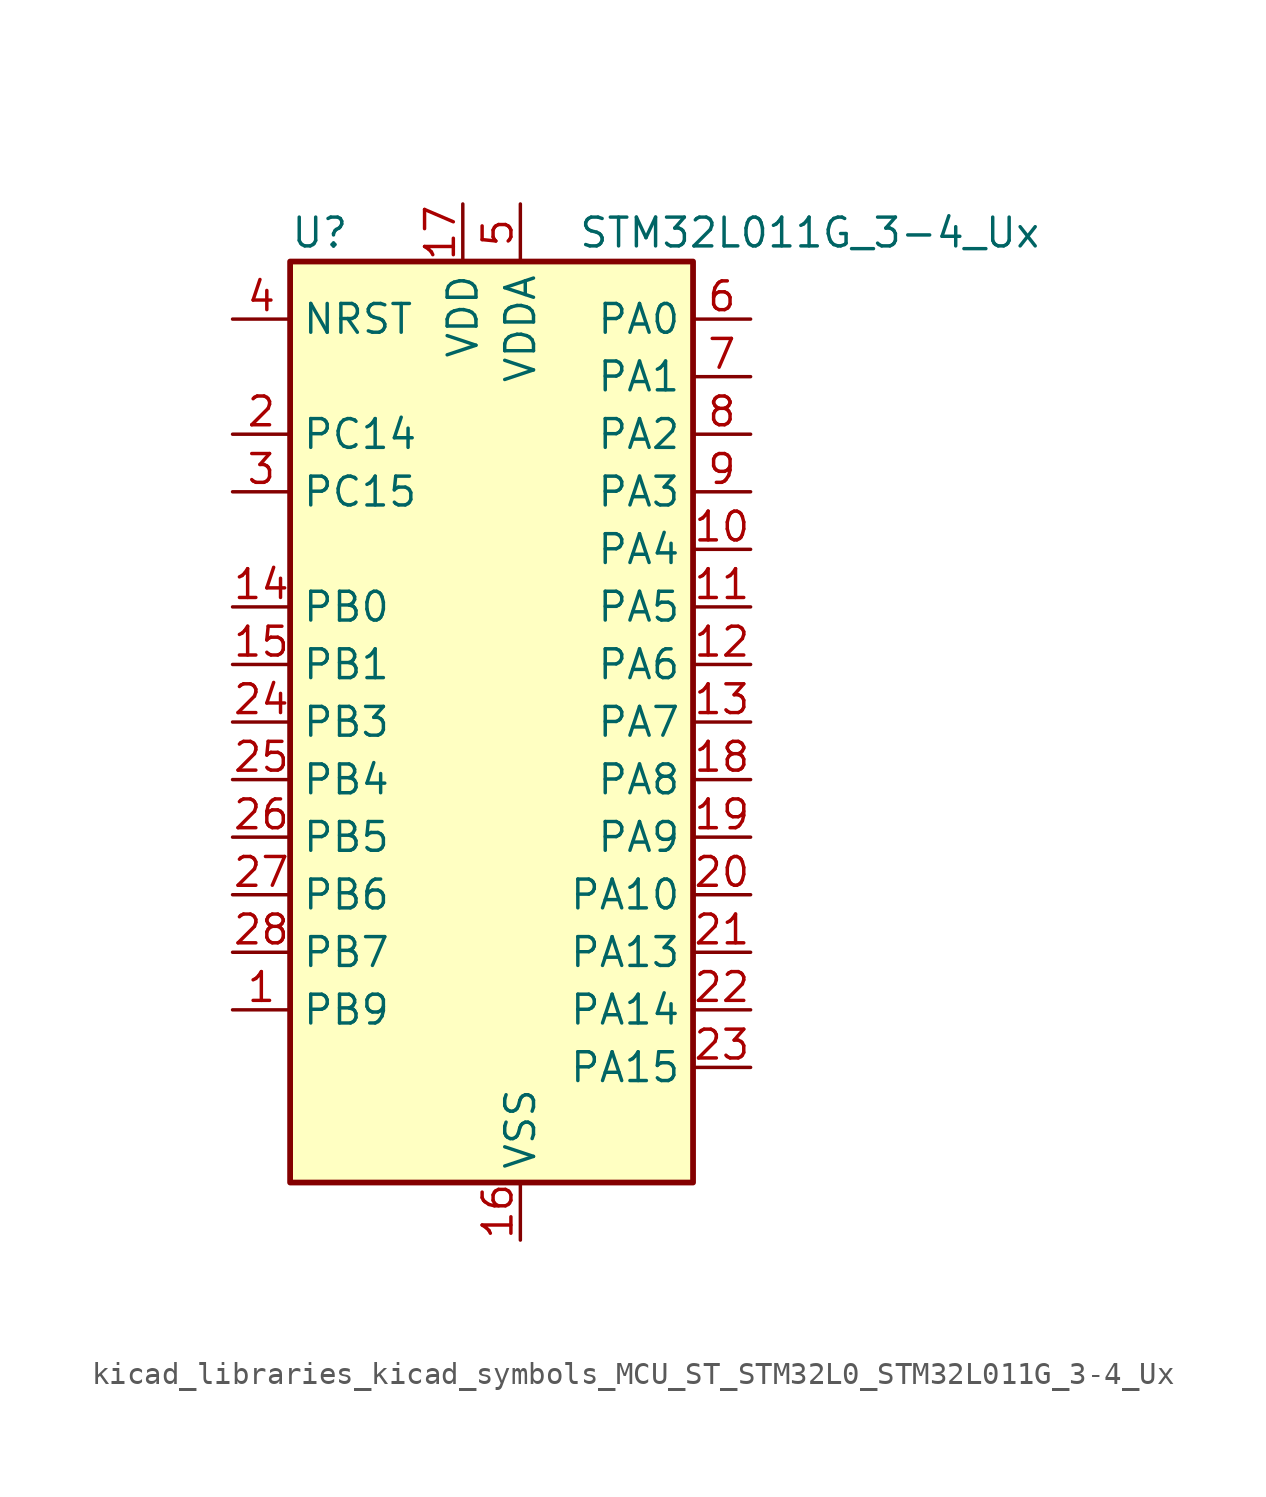
<source format=kicad_sym>
(kicad_symbol_lib
  (version 20220914)
  (generator kicad_symbol_editor)
  (symbol "kicad_libraries_kicad_symbols_MCU_ST_STM32L0_STM32L011G_3-4_Ux"
    (property "Reference" "U"
      (at -7.62 21.59 0)
      (effects (font (size 1.27 1.27)) (justify left)))
    (property "Value" "STM32L011G_3-4_Ux"
      (at 5.08 21.59 0)
      (effects (font (size 1.27 1.27)) (justify left)))
    (property "ki_locked" ""
      (at 0 0 0)
      (effects (font (size 1.27 1.27))))
    (symbol "kicad_libraries_kicad_symbols_MCU_ST_STM32L0_STM32L011G_3-4_Ux_0_1"
      (rectangle (start -7.62 -20.32) (end 10.16 20.32) (stroke (width 0.254) (type default)) (fill (type background))))
    (symbol "kicad_libraries_kicad_symbols_MCU_ST_STM32L0_STM32L011G_3-4_Ux_1_1"
      (pin bidirectional line (at -10.16 -12.7 0) (length 2.54) (name "PB9" (effects (font (size 1.27 1.27)))) (number "1" (effects (font (size 1.27 1.27)))))
      (pin bidirectional line (at 12.7 7.62 180) (length 2.54) (name "PA4" (effects (font (size 1.27 1.27)))) (number "10" (effects (font (size 1.27 1.27)))) (alternate "ADC_IN4" bidirectional line) (alternate "COMP1_INM" bidirectional line) (alternate "COMP2_INM" bidirectional line) (alternate "COMP2_OUT" bidirectional line) (alternate "I2C1_SCL" bidirectional line) (alternate "LPTIM1_ETR" bidirectional line) (alternate "LPTIM1_IN1" bidirectional line) (alternate "LPUART1_TX" bidirectional line) (alternate "SPI1_NSS" bidirectional line) (alternate "TIM2_ETR" bidirectional line) (alternate "USART2_CK" bidirectional line))
      (pin bidirectional line (at 12.7 5.08 180) (length 2.54) (name "PA5" (effects (font (size 1.27 1.27)))) (number "11" (effects (font (size 1.27 1.27)))) (alternate "ADC_IN5" bidirectional line) (alternate "COMP1_INM" bidirectional line) (alternate "COMP2_INM" bidirectional line) (alternate "LPTIM1_IN2" bidirectional line) (alternate "SPI1_SCK" bidirectional line) (alternate "TIM2_CH1" bidirectional line) (alternate "TIM2_ETR" bidirectional line))
      (pin bidirectional line (at 12.7 2.54 180) (length 2.54) (name "PA6" (effects (font (size 1.27 1.27)))) (number "12" (effects (font (size 1.27 1.27)))) (alternate "ADC_IN6" bidirectional line) (alternate "COMP1_OUT" bidirectional line) (alternate "LPTIM1_ETR" bidirectional line) (alternate "LPUART1_CTS" bidirectional line) (alternate "SPI1_MISO" bidirectional line))
      (pin bidirectional line (at 12.7 0 180) (length 2.54) (name "PA7" (effects (font (size 1.27 1.27)))) (number "13" (effects (font (size 1.27 1.27)))) (alternate "ADC_IN7" bidirectional line) (alternate "COMP2_INP" bidirectional line) (alternate "COMP2_OUT" bidirectional line) (alternate "LPTIM1_OUT" bidirectional line) (alternate "SPI1_MOSI" bidirectional line) (alternate "TIM21_ETR" bidirectional line) (alternate "USART2_CTS" bidirectional line))
      (pin bidirectional line (at -10.16 5.08 0) (length 2.54) (name "PB0" (effects (font (size 1.27 1.27)))) (number "14" (effects (font (size 1.27 1.27)))) (alternate "ADC_IN8" bidirectional line) (alternate "SPI1_MISO" bidirectional line) (alternate "SYS_VREF_OUT_PB0" bidirectional line) (alternate "TIM2_CH2" bidirectional line) (alternate "TIM2_CH3" bidirectional line) (alternate "USART2_DE" bidirectional line) (alternate "USART2_RTS" bidirectional line))
      (pin bidirectional line (at -10.16 2.54 0) (length 2.54) (name "PB1" (effects (font (size 1.27 1.27)))) (number "15" (effects (font (size 1.27 1.27)))) (alternate "ADC_IN9" bidirectional line) (alternate "LPTIM1_IN1" bidirectional line) (alternate "LPUART1_DE" bidirectional line) (alternate "LPUART1_RTS" bidirectional line) (alternate "SPI1_MOSI" bidirectional line) (alternate "SYS_VREF_OUT_PB1" bidirectional line) (alternate "TIM2_CH4" bidirectional line) (alternate "USART2_CK" bidirectional line))
      (pin power_in line (at 2.54 -22.86 90) (length 2.54) (name "VSS" (effects (font (size 1.27 1.27)))) (number "16" (effects (font (size 1.27 1.27)))))
      (pin power_in line (at 0 22.86 270) (length 2.54) (name "VDD" (effects (font (size 1.27 1.27)))) (number "17" (effects (font (size 1.27 1.27)))))
      (pin bidirectional line (at 12.7 -2.54 180) (length 2.54) (name "PA8" (effects (font (size 1.27 1.27)))) (number "18" (effects (font (size 1.27 1.27)))) (alternate "LPTIM1_IN1" bidirectional line) (alternate "RCC_MCO" bidirectional line) (alternate "TIM2_CH1" bidirectional line) (alternate "USART2_CK" bidirectional line))
      (pin bidirectional line (at 12.7 -5.08 180) (length 2.54) (name "PA9" (effects (font (size 1.27 1.27)))) (number "19" (effects (font (size 1.27 1.27)))) (alternate "COMP1_OUT" bidirectional line) (alternate "I2C1_SCL" bidirectional line) (alternate "LPTIM1_OUT" bidirectional line) (alternate "RCC_MCO" bidirectional line) (alternate "TIM21_CH2" bidirectional line) (alternate "USART2_TX" bidirectional line))
      (pin bidirectional line (at -10.16 12.7 0) (length 2.54) (name "PC14" (effects (font (size 1.27 1.27)))) (number "2" (effects (font (size 1.27 1.27)))) (alternate "RCC_OSC32_IN" bidirectional line))
      (pin bidirectional line (at 12.7 -7.62 180) (length 2.54) (name "PA10" (effects (font (size 1.27 1.27)))) (number "20" (effects (font (size 1.27 1.27)))) (alternate "COMP1_OUT" bidirectional line) (alternate "I2C1_SDA" bidirectional line) (alternate "RTC_REFIN" bidirectional line) (alternate "TIM21_CH1" bidirectional line) (alternate "TIM2_CH3" bidirectional line) (alternate "USART2_RX" bidirectional line))
      (pin bidirectional line (at 12.7 -10.16 180) (length 2.54) (name "PA13" (effects (font (size 1.27 1.27)))) (number "21" (effects (font (size 1.27 1.27)))) (alternate "COMP1_OUT" bidirectional line) (alternate "I2C1_SDA" bidirectional line) (alternate "LPTIM1_ETR" bidirectional line) (alternate "LPUART1_RX" bidirectional line) (alternate "SPI1_SCK" bidirectional line) (alternate "SYS_SWDIO" bidirectional line))
      (pin bidirectional line (at 12.7 -12.7 180) (length 2.54) (name "PA14" (effects (font (size 1.27 1.27)))) (number "22" (effects (font (size 1.27 1.27)))) (alternate "COMP2_OUT" bidirectional line) (alternate "I2C1_SMBA" bidirectional line) (alternate "LPTIM1_OUT" bidirectional line) (alternate "LPUART1_TX" bidirectional line) (alternate "SPI1_MISO" bidirectional line) (alternate "SYS_SWCLK" bidirectional line) (alternate "USART2_TX" bidirectional line))
      (pin bidirectional line (at 12.7 -15.24 180) (length 2.54) (name "PA15" (effects (font (size 1.27 1.27)))) (number "23" (effects (font (size 1.27 1.27)))) (alternate "SPI1_NSS" bidirectional line) (alternate "TIM2_CH1" bidirectional line) (alternate "TIM2_ETR" bidirectional line) (alternate "USART2_RX" bidirectional line))
      (pin bidirectional line (at -10.16 0 0) (length 2.54) (name "PB3" (effects (font (size 1.27 1.27)))) (number "24" (effects (font (size 1.27 1.27)))) (alternate "COMP2_INM" bidirectional line) (alternate "SPI1_SCK" bidirectional line) (alternate "TIM2_CH2" bidirectional line))
      (pin bidirectional line (at -10.16 -2.54 0) (length 2.54) (name "PB4" (effects (font (size 1.27 1.27)))) (number "25" (effects (font (size 1.27 1.27)))) (alternate "COMP2_INP" bidirectional line) (alternate "SPI1_MISO" bidirectional line))
      (pin bidirectional line (at -10.16 -5.08 0) (length 2.54) (name "PB5" (effects (font (size 1.27 1.27)))) (number "26" (effects (font (size 1.27 1.27)))) (alternate "COMP2_INP" bidirectional line) (alternate "I2C1_SMBA" bidirectional line) (alternate "LPTIM1_IN1" bidirectional line) (alternate "SPI1_MOSI" bidirectional line) (alternate "TIM21_CH1" bidirectional line))
      (pin bidirectional line (at -10.16 -7.62 0) (length 2.54) (name "PB6" (effects (font (size 1.27 1.27)))) (number "27" (effects (font (size 1.27 1.27)))) (alternate "COMP2_INP" bidirectional line) (alternate "I2C1_SCL" bidirectional line) (alternate "LPTIM1_ETR" bidirectional line) (alternate "LPUART1_TX" bidirectional line) (alternate "TIM2_CH3" bidirectional line) (alternate "USART2_TX" bidirectional line))
      (pin bidirectional line (at -10.16 -10.16 0) (length 2.54) (name "PB7" (effects (font (size 1.27 1.27)))) (number "28" (effects (font (size 1.27 1.27)))) (alternate "COMP2_INP" bidirectional line) (alternate "I2C1_SDA" bidirectional line) (alternate "LPTIM1_IN2" bidirectional line) (alternate "LPUART1_RX" bidirectional line) (alternate "SYS_PVD_IN" bidirectional line) (alternate "TIM2_CH4" bidirectional line) (alternate "USART2_RX" bidirectional line))
      (pin bidirectional line (at -10.16 10.16 0) (length 2.54) (name "PC15" (effects (font (size 1.27 1.27)))) (number "3" (effects (font (size 1.27 1.27)))) (alternate "RCC_OSC32_OUT" bidirectional line))
      (pin input line (at -10.16 17.78 0) (length 2.54) (name "NRST" (effects (font (size 1.27 1.27)))) (number "4" (effects (font (size 1.27 1.27)))))
      (pin power_in line (at 2.54 22.86 270) (length 2.54) (name "VDDA" (effects (font (size 1.27 1.27)))) (number "5" (effects (font (size 1.27 1.27)))))
      (pin bidirectional line (at 12.7 17.78 180) (length 2.54) (name "PA0" (effects (font (size 1.27 1.27)))) (number "6" (effects (font (size 1.27 1.27)))) (alternate "ADC_IN0" bidirectional line) (alternate "COMP1_INM" bidirectional line) (alternate "COMP1_OUT" bidirectional line) (alternate "LPTIM1_IN1" bidirectional line) (alternate "LPUART1_RX" bidirectional line) (alternate "RCC_CK_IN" bidirectional line) (alternate "RTC_TAMP2" bidirectional line) (alternate "SYS_WKUP1" bidirectional line) (alternate "TIM2_CH1" bidirectional line) (alternate "TIM2_ETR" bidirectional line) (alternate "USART2_CTS" bidirectional line) (alternate "USART2_RX" bidirectional line))
      (pin bidirectional line (at 12.7 15.24 180) (length 2.54) (name "PA1" (effects (font (size 1.27 1.27)))) (number "7" (effects (font (size 1.27 1.27)))) (alternate "ADC_IN1" bidirectional line) (alternate "COMP1_INP" bidirectional line) (alternate "I2C1_SMBA" bidirectional line) (alternate "LPTIM1_IN2" bidirectional line) (alternate "LPUART1_TX" bidirectional line) (alternate "TIM21_ETR" bidirectional line) (alternate "TIM2_CH2" bidirectional line) (alternate "USART2_DE" bidirectional line) (alternate "USART2_RTS" bidirectional line))
      (pin bidirectional line (at 12.7 12.7 180) (length 2.54) (name "PA2" (effects (font (size 1.27 1.27)))) (number "8" (effects (font (size 1.27 1.27)))) (alternate "ADC_IN2" bidirectional line) (alternate "COMP2_INM" bidirectional line) (alternate "COMP2_OUT" bidirectional line) (alternate "LPUART1_TX" bidirectional line) (alternate "RTC_OUT_ALARM" bidirectional line) (alternate "RTC_OUT_CALIB" bidirectional line) (alternate "RTC_TAMP3" bidirectional line) (alternate "RTC_TS" bidirectional line) (alternate "SYS_WKUP3" bidirectional line) (alternate "TIM21_CH1" bidirectional line) (alternate "TIM2_CH3" bidirectional line) (alternate "USART2_TX" bidirectional line))
      (pin bidirectional line (at 12.7 10.16 180) (length 2.54) (name "PA3" (effects (font (size 1.27 1.27)))) (number "9" (effects (font (size 1.27 1.27)))) (alternate "ADC_IN3" bidirectional line) (alternate "COMP2_INP" bidirectional line) (alternate "LPUART1_RX" bidirectional line) (alternate "TIM21_CH2" bidirectional line) (alternate "TIM2_CH4" bidirectional line) (alternate "USART2_RX" bidirectional line)))))
</source>
